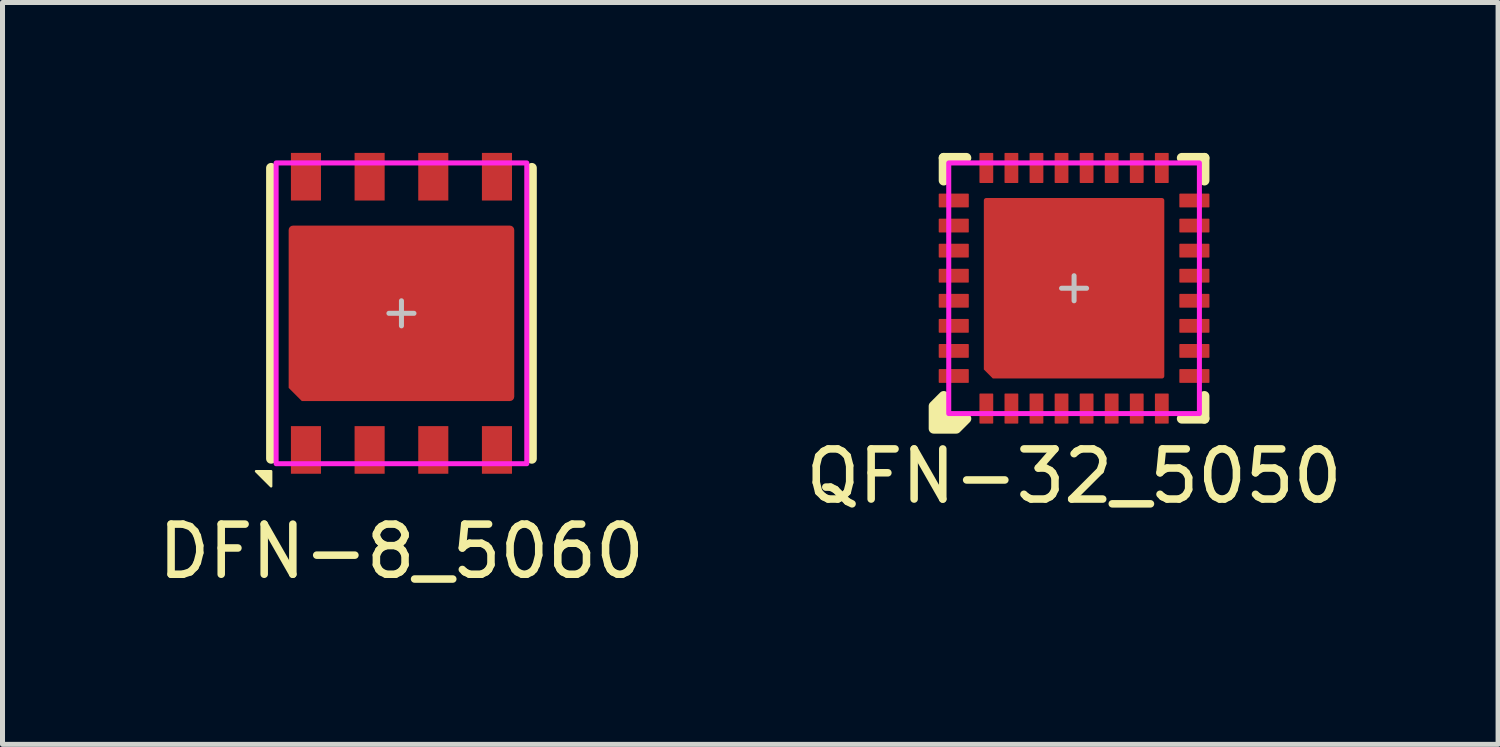
<source format=kicad_pcb>
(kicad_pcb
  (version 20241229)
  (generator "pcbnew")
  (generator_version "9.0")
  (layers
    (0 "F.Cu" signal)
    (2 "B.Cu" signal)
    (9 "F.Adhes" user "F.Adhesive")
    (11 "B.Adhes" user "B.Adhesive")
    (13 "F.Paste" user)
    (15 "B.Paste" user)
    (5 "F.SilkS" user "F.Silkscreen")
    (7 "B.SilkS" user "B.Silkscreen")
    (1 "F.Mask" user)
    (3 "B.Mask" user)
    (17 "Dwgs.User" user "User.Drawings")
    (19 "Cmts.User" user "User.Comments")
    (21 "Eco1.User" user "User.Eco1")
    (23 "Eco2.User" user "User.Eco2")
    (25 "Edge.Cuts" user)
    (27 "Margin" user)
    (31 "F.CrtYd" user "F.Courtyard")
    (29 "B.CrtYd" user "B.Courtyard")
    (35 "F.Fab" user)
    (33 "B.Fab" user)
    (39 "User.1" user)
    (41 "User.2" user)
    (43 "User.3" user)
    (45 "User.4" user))
  (footprint "QFN-32_5050"
    (layer "F.Cu")
    (at 18.375 2.7)
    (property "Reference" "QFN-32_5050" (at 0 3.75 0) (unlocked yes) (layer "F.SilkS") (effects (font (size 1 1) (thickness 0.15))))
    (attr smd)
    (fp_line (start -2.6 -2.6) (end -2.6 -2.15) (stroke (width 0.2) (type solid)) (layer "F.SilkS"))
    (fp_line (start -2.15 -2.6) (end -2.6 -2.6) (stroke (width 0.2) (type solid)) (layer "F.SilkS"))
    (fp_line (start 2.15 2.6) (end 2.6 2.6) (stroke (width 0.2) (type solid)) (layer "F.SilkS"))
    (fp_line (start 2.6 -2.6) (end 2.15 -2.6) (stroke (width 0.2) (type solid)) (layer "F.SilkS"))
    (fp_line (start 2.6 -2.15) (end 2.6 -2.6) (stroke (width 0.2) (type solid)) (layer "F.SilkS"))
    (fp_line (start 2.6 2.6) (end 2.6 2.15) (stroke (width 0.2) (type solid)) (layer "F.SilkS"))
    (fp_poly (pts (xy -2.6 2.6) (xy -2.15 2.6) (xy -2.35 2.8) (xy -2.8 2.8) (xy -2.8 2.35) (xy -2.6 2.15)) (stroke (width 0.2) (type solid)) (fill yes) (layer "F.SilkS"))
    (fp_rect (start -1.65 -1.65) (end -0.75 -0.75) (stroke (width 0) (type solid)) (fill yes) (layer "F.Paste"))
    (fp_rect (start -1.65 -0.45) (end -0.75 0.45) (stroke (width 0) (type solid)) (fill yes) (layer "F.Paste"))
    (fp_rect (start -0.45 -1.65) (end 0.45 -0.75) (stroke (width 0) (type solid)) (fill yes) (layer "F.Paste"))
    (fp_rect (start -0.45 -0.45) (end 0.45 0.45) (stroke (width 0) (type solid)) (fill yes) (layer "F.Paste"))
    (fp_rect (start -0.45 0.75) (end 0.45 1.65) (stroke (width 0) (type solid)) (fill yes) (layer "F.Paste"))
    (fp_rect (start 0.75 -1.65) (end 1.65 -0.75) (stroke (width 0) (type solid)) (fill yes) (layer "F.Paste"))
    (fp_rect (start 0.75 -0.45) (end 1.65 0.45) (stroke (width 0) (type solid)) (fill yes) (layer "F.Paste"))
    (fp_rect (start 0.75 0.75) (end 1.65 1.65) (stroke (width 0) (type solid)) (fill yes) (layer "F.Paste"))
    (fp_poly (pts (xy -0.75 1.65) (xy -1.55 1.65) (xy -1.65 1.55) (xy -1.65 0.75) (xy -0.75 0.75)) (stroke (width 0) (type solid)) (fill yes) (layer "F.Paste"))
    (fp_line (start -0.25 0) (end 0.25 0) (stroke (width 0.1) (type solid)) (layer "Dwgs.User"))
    (fp_line (start 0 -0.25) (end 0 0.25) (stroke (width 0.1) (type solid)) (layer "Dwgs.User"))
    (fp_rect (start -2.5 -2.5) (end 2.5 2.5) (stroke (width 0.1) (type solid)) (fill no) (layer "F.CrtYd"))
    (pad "1" smd roundrect (at -2.4 -1.75) (size 0.6 0.275) (layers "F.Cu" "F.Mask" "F.Paste") (roundrect_rratio 0.05))
    (pad "2" smd roundrect (at -2.4 -1.25) (size 0.6 0.275) (layers "F.Cu" "F.Mask" "F.Paste") (roundrect_rratio 0.05))
    (pad "3" smd roundrect (at -2.4 -0.75) (size 0.6 0.275) (layers "F.Cu" "F.Mask" "F.Paste") (roundrect_rratio 0.05))
    (pad "4" smd roundrect (at -2.4 -0.25) (size 0.6 0.275) (layers "F.Cu" "F.Mask" "F.Paste") (roundrect_rratio 0.05))
    (pad "5" smd roundrect (at -2.4 0.25) (size 0.6 0.275) (layers "F.Cu" "F.Mask" "F.Paste") (roundrect_rratio 0.05))
    (pad "6" smd roundrect (at -2.4 0.75) (size 0.6 0.275) (layers "F.Cu" "F.Mask" "F.Paste") (roundrect_rratio 0.05))
    (pad "7" smd roundrect (at -2.4 1.25) (size 0.6 0.275) (layers "F.Cu" "F.Mask" "F.Paste") (roundrect_rratio 0.05))
    (pad "8" smd roundrect (at -2.4 1.75) (size 0.6 0.275) (layers "F.Cu" "F.Mask" "F.Paste") (roundrect_rratio 0.05))
    (pad "9" smd roundrect (at -1.75 2.4 90) (size 0.6 0.275) (layers "F.Cu" "F.Mask" "F.Paste") (roundrect_rratio 0.05))
    (pad "10" smd roundrect (at -1.25 2.4 90) (size 0.6 0.275) (layers "F.Cu" "F.Mask" "F.Paste") (roundrect_rratio 0.05))
    (pad "11" smd roundrect (at -0.75 2.4 90) (size 0.6 0.275) (layers "F.Cu" "F.Mask" "F.Paste") (roundrect_rratio 0.05))
    (pad "12" smd roundrect (at -0.25 2.4 90) (size 0.6 0.275) (layers "F.Cu" "F.Mask" "F.Paste") (roundrect_rratio 0.05))
    (pad "13" smd roundrect (at 0.25 2.4 90) (size 0.6 0.275) (layers "F.Cu" "F.Mask" "F.Paste") (roundrect_rratio 0.05))
    (pad "14" smd roundrect (at 0.75 2.4 90) (size 0.6 0.275) (layers "F.Cu" "F.Mask" "F.Paste") (roundrect_rratio 0.05))
    (pad "15" smd roundrect (at 1.25 2.4 90) (size 0.6 0.275) (layers "F.Cu" "F.Mask" "F.Paste") (roundrect_rratio 0.05))
    (pad "16" smd roundrect (at 1.75 2.4 90) (size 0.6 0.275) (layers "F.Cu" "F.Mask" "F.Paste") (roundrect_rratio 0.05))
    (pad "17" smd roundrect (at 2.4 1.75) (size 0.6 0.275) (layers "F.Cu" "F.Mask" "F.Paste") (roundrect_rratio 0.05))
    (pad "18" smd roundrect (at 2.4 1.25) (size 0.6 0.275) (layers "F.Cu" "F.Mask" "F.Paste") (roundrect_rratio 0.05))
    (pad "19" smd roundrect (at 2.4 0.75) (size 0.6 0.275) (layers "F.Cu" "F.Mask" "F.Paste") (roundrect_rratio 0.05))
    (pad "20" smd roundrect (at 2.4 0.25) (size 0.6 0.275) (layers "F.Cu" "F.Mask" "F.Paste") (roundrect_rratio 0.05))
    (pad "21" smd roundrect (at 2.4 -0.25) (size 0.6 0.275) (layers "F.Cu" "F.Mask" "F.Paste") (roundrect_rratio 0.05))
    (pad "22" smd roundrect (at 2.4 -0.75) (size 0.6 0.275) (layers "F.Cu" "F.Mask" "F.Paste") (roundrect_rratio 0.05))
    (pad "23" smd roundrect (at 2.4 -1.25) (size 0.6 0.275) (layers "F.Cu" "F.Mask" "F.Paste") (roundrect_rratio 0.05))
    (pad "24" smd roundrect (at 2.4 -1.75) (size 0.6 0.275) (layers "F.Cu" "F.Mask" "F.Paste") (roundrect_rratio 0.05))
    (pad "25" smd roundrect (at 1.75 -2.4 90) (size 0.6 0.275) (layers "F.Cu" "F.Mask" "F.Paste") (roundrect_rratio 0.05))
    (pad "26" smd roundrect (at 1.25 -2.4 90) (size 0.6 0.275) (layers "F.Cu" "F.Mask" "F.Paste") (roundrect_rratio 0.05))
    (pad "27" smd roundrect (at 0.75 -2.4 90) (size 0.6 0.275) (layers "F.Cu" "F.Mask" "F.Paste") (roundrect_rratio 0.05))
    (pad "28" smd roundrect (at 0.25 -2.4 90) (size 0.6 0.275) (layers "F.Cu" "F.Mask" "F.Paste") (roundrect_rratio 0.05))
    (pad "29" smd roundrect (at -0.25 -2.4 90) (size 0.6 0.275) (layers "F.Cu" "F.Mask" "F.Paste") (roundrect_rratio 0.05))
    (pad "30" smd roundrect (at -0.75 -2.4 90) (size 0.6 0.275) (layers "F.Cu" "F.Mask" "F.Paste") (roundrect_rratio 0.05))
    (pad "31" smd roundrect (at -1.25 -2.4 90) (size 0.6 0.275) (layers "F.Cu" "F.Mask" "F.Paste") (roundrect_rratio 0.05))
    (pad "32" smd roundrect (at -1.75 -2.4 90) (size 0.6 0.275) (layers "F.Cu" "F.Mask" "F.Paste") (roundrect_rratio 0.05))
    (pad "EP" smd roundrect (at 0 0) (size 3.6 3.6) (layers "F.Cu" "F.Mask") (roundrect_rratio 0.013) (chamfer_ratio 0.05) (chamfer bottom_left)))
  (footprint "DFN-8_5060"
    (layer "F.Cu")
    (at 4.958 3.2)
    (property "Reference" "DFN-8_5060" (at 0 4.75 0) (unlocked yes) (layer "F.SilkS") (effects (font (size 1 1) (thickness 0.15))))
    (attr smd)
    (fp_line (start -2.6 -2.9) (end -2.6 2.9) (stroke (width 0.2) (type solid)) (layer "F.SilkS"))
    (fp_line (start 2.6 -2.9) (end 2.6 2.9) (stroke (width 0.2) (type solid)) (layer "F.SilkS"))
    (fp_poly (pts (xy -2.9 3.15) (xy -2.6 3.15) (xy -2.6 3.45)) (stroke (width 0.05) (type solid)) (fill yes) (layer "F.SilkS"))
    (fp_rect (start -2.1 -1.6) (end -0.9 -0.75) (stroke (width 0) (type solid)) (fill yes) (layer "F.Paste"))
    (fp_rect (start -2.1 -0.45) (end -0.9 0.45) (stroke (width 0) (type solid)) (fill yes) (layer "F.Paste"))
    (fp_rect (start -0.6 -1.6) (end 0.6 -0.75) (stroke (width 0) (type solid)) (fill yes) (layer "F.Paste"))
    (fp_rect (start -0.6 -0.45) (end 0.6 0.45) (stroke (width 0) (type solid)) (fill yes) (layer "F.Paste"))
    (fp_rect (start -0.6 0.75) (end 0.6 1.6) (stroke (width 0) (type solid)) (fill yes) (layer "F.Paste"))
    (fp_rect (start 0.9 -1.6) (end 2.1 -0.75) (stroke (width 0) (type solid)) (fill yes) (layer "F.Paste"))
    (fp_rect (start 0.9 -0.45) (end 2.1 0.45) (stroke (width 0) (type solid)) (fill yes) (layer "F.Paste"))
    (fp_rect (start 0.9 0.75) (end 2.1 1.6) (stroke (width 0) (type solid)) (fill yes) (layer "F.Paste"))
    (fp_poly (pts (xy -0.9 1.6) (xy -1.9 1.6) (xy -2.1 1.4) (xy -2.1 0.75) (xy -0.9 0.75)) (stroke (width 0) (type solid)) (fill yes) (layer "F.Paste"))
    (fp_line (start -0.25 0) (end 0.25 0) (stroke (width 0.1) (type solid)) (layer "Dwgs.User"))
    (fp_line (start 0 -0.25) (end 0 0.25) (stroke (width 0.1) (type solid)) (layer "Dwgs.User"))
    (fp_rect (start -2.5 -3) (end 2.5 3) (stroke (width 0.1) (type solid)) (fill no) (layer "F.CrtYd"))
    (pad "1" smd rect (at -1.905 2.725) (size 0.6 0.95) (layers "F.Cu" "F.Mask" "F.Paste"))
    (pad "2" smd rect (at -0.635 2.725) (size 0.6 0.95) (layers "F.Cu" "F.Mask" "F.Paste"))
    (pad "3" smd rect (at 0.635 2.725) (size 0.6 0.95) (layers "F.Cu" "F.Mask" "F.Paste"))
    (pad "4" smd rect (at 1.905 2.725) (size 0.6 0.95) (layers "F.Cu" "F.Mask" "F.Paste"))
    (pad "5" smd rect (at 1.905 -2.725) (size 0.6 0.95) (layers "F.Cu" "F.Mask" "F.Paste"))
    (pad "6" smd rect (at 0.635 -2.725) (size 0.6 0.95) (layers "F.Cu" "F.Mask" "F.Paste"))
    (pad "7" smd rect (at -0.635 -2.725) (size 0.6 0.95) (layers "F.Cu" "F.Mask" "F.Paste"))
    (pad "8" smd rect (at -1.905 -2.725) (size 0.6 0.95) (layers "F.Cu" "F.Mask" "F.Paste"))
    (pad "EP" smd roundrect (at 0 0) (size 4.5 3.5) (layers "F.Cu" "F.Mask") (roundrect_rratio 0.025) (chamfer_ratio 0.075) (chamfer bottom_left)))
  (gr_rect
    (start -3 -3)
    (end 26.833 11.798)
    (stroke (width 0.1) (type default))
    (fill no)
    (layer "Edge.Cuts")))
</source>
